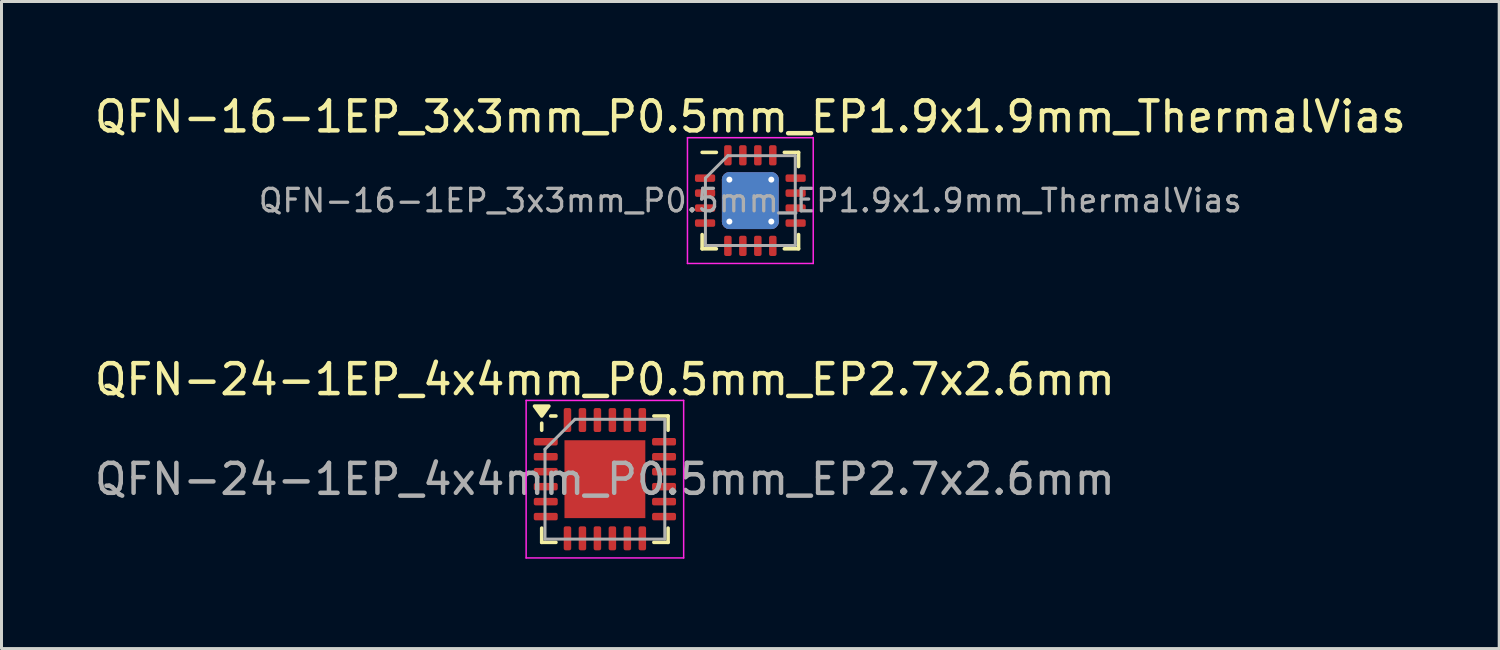
<source format=kicad_pcb>
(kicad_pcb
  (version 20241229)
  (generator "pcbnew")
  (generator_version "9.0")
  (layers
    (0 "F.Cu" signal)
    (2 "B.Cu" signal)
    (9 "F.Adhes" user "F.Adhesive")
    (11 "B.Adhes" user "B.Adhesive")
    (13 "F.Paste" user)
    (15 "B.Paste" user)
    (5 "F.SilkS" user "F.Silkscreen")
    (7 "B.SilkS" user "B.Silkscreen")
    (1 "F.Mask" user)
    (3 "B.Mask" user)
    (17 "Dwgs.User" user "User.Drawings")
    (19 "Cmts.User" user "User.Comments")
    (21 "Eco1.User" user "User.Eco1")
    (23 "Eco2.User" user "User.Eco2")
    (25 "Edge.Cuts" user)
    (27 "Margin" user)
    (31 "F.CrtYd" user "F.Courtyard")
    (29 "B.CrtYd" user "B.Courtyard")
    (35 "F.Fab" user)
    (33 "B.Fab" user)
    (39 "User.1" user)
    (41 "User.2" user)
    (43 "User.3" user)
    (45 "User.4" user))
  (footprint "QFN-24-1EP_4x4mm_P0.5mm_EP2.7x2.6mm"
    (layer "F.Cu")
    (at 17.149 12.951)
    (property "Reference" "QFN-24-1EP_4x4mm_P0.5mm_EP2.7x2.6mm" (at 0 -3.33 0) (layer "F.SilkS") (effects (font (size 1 1) (thickness 0.15))))
    (attr smd)
    (fp_line (start -2.11 -1.635) (end -2.11 -1.87) (stroke (width 0.12) (type solid)) (layer "F.SilkS"))
    (fp_line (start -2.11 2.11) (end -2.11 1.635) (stroke (width 0.12) (type solid)) (layer "F.SilkS"))
    (fp_line (start -1.635 -2.11) (end -1.81 -2.11) (stroke (width 0.12) (type solid)) (layer "F.SilkS"))
    (fp_line (start -1.635 2.11) (end -2.11 2.11) (stroke (width 0.12) (type solid)) (layer "F.SilkS"))
    (fp_line (start 1.635 -2.11) (end 2.11 -2.11) (stroke (width 0.12) (type solid)) (layer "F.SilkS"))
    (fp_line (start 1.635 2.11) (end 2.11 2.11) (stroke (width 0.12) (type solid)) (layer "F.SilkS"))
    (fp_line (start 2.11 -2.11) (end 2.11 -1.635) (stroke (width 0.12) (type solid)) (layer "F.SilkS"))
    (fp_line (start 2.11 2.11) (end 2.11 1.635) (stroke (width 0.12) (type solid)) (layer "F.SilkS"))
    (fp_poly (pts (xy -2.11 -2.11) (xy -2.35 -2.44) (xy -1.87 -2.44) (xy -2.11 -2.11)) (stroke (width 0.12) (type solid)) (fill yes) (layer "F.SilkS"))
    (fp_line (start -2.63 -2.63) (end -2.63 2.63) (stroke (width 0.05) (type solid)) (layer "F.CrtYd"))
    (fp_line (start -2.63 2.63) (end 2.63 2.63) (stroke (width 0.05) (type solid)) (layer "F.CrtYd"))
    (fp_line (start 2.63 -2.63) (end -2.63 -2.63) (stroke (width 0.05) (type solid)) (layer "F.CrtYd"))
    (fp_line (start 2.63 2.63) (end 2.63 -2.63) (stroke (width 0.05) (type solid)) (layer "F.CrtYd"))
    (fp_line (start -2 -1) (end -1 -2) (stroke (width 0.1) (type solid)) (layer "F.Fab"))
    (fp_line (start -2 2) (end -2 -1) (stroke (width 0.1) (type solid)) (layer "F.Fab"))
    (fp_line (start -1 -2) (end 2 -2) (stroke (width 0.1) (type solid)) (layer "F.Fab"))
    (fp_line (start 2 -2) (end 2 2) (stroke (width 0.1) (type solid)) (layer "F.Fab"))
    (fp_line (start 2 2) (end -2 2) (stroke (width 0.1) (type solid)) (layer "F.Fab"))
    (fp_text user "${REFERENCE}" (at 0 0 0) (layer "F.Fab") (effects (font (size 1 1) (thickness 0.15))))
    (pad "" smd roundrect (at -0.675 -0.65) (size 1.09 1.05) (layers "F.Paste") (roundrect_rratio 0.238))
    (pad "" smd roundrect (at -0.675 0.65) (size 1.09 1.05) (layers "F.Paste") (roundrect_rratio 0.238))
    (pad "" smd roundrect (at 0.675 -0.65) (size 1.09 1.05) (layers "F.Paste") (roundrect_rratio 0.238))
    (pad "" smd roundrect (at 0.675 0.65) (size 1.09 1.05) (layers "F.Paste") (roundrect_rratio 0.238))
    (pad "1" smd roundrect (at -1.975 -1.25) (size 0.8 0.25) (layers "F.Cu" "F.Mask" "F.Paste") (roundrect_rratio 0.25))
    (pad "2" smd roundrect (at -1.975 -0.75) (size 0.8 0.25) (layers "F.Cu" "F.Mask" "F.Paste") (roundrect_rratio 0.25))
    (pad "3" smd roundrect (at -1.975 -0.25) (size 0.8 0.25) (layers "F.Cu" "F.Mask" "F.Paste") (roundrect_rratio 0.25))
    (pad "4" smd roundrect (at -1.975 0.25) (size 0.8 0.25) (layers "F.Cu" "F.Mask" "F.Paste") (roundrect_rratio 0.25))
    (pad "5" smd roundrect (at -1.975 0.75) (size 0.8 0.25) (layers "F.Cu" "F.Mask" "F.Paste") (roundrect_rratio 0.25))
    (pad "6" smd roundrect (at -1.975 1.25) (size 0.8 0.25) (layers "F.Cu" "F.Mask" "F.Paste") (roundrect_rratio 0.25))
    (pad "7" smd roundrect (at -1.25 1.975) (size 0.25 0.8) (layers "F.Cu" "F.Mask" "F.Paste") (roundrect_rratio 0.25))
    (pad "8" smd roundrect (at -0.75 1.975) (size 0.25 0.8) (layers "F.Cu" "F.Mask" "F.Paste") (roundrect_rratio 0.25))
    (pad "9" smd roundrect (at -0.25 1.975) (size 0.25 0.8) (layers "F.Cu" "F.Mask" "F.Paste") (roundrect_rratio 0.25))
    (pad "10" smd roundrect (at 0.25 1.975) (size 0.25 0.8) (layers "F.Cu" "F.Mask" "F.Paste") (roundrect_rratio 0.25))
    (pad "11" smd roundrect (at 0.75 1.975) (size 0.25 0.8) (layers "F.Cu" "F.Mask" "F.Paste") (roundrect_rratio 0.25))
    (pad "12" smd roundrect (at 1.25 1.975) (size 0.25 0.8) (layers "F.Cu" "F.Mask" "F.Paste") (roundrect_rratio 0.25))
    (pad "13" smd roundrect (at 1.975 1.25) (size 0.8 0.25) (layers "F.Cu" "F.Mask" "F.Paste") (roundrect_rratio 0.25))
    (pad "14" smd roundrect (at 1.975 0.75) (size 0.8 0.25) (layers "F.Cu" "F.Mask" "F.Paste") (roundrect_rratio 0.25))
    (pad "15" smd roundrect (at 1.975 0.25) (size 0.8 0.25) (layers "F.Cu" "F.Mask" "F.Paste") (roundrect_rratio 0.25))
    (pad "16" smd roundrect (at 1.975 -0.25) (size 0.8 0.25) (layers "F.Cu" "F.Mask" "F.Paste") (roundrect_rratio 0.25))
    (pad "17" smd roundrect (at 1.975 -0.75) (size 0.8 0.25) (layers "F.Cu" "F.Mask" "F.Paste") (roundrect_rratio 0.25))
    (pad "18" smd roundrect (at 1.975 -1.25) (size 0.8 0.25) (layers "F.Cu" "F.Mask" "F.Paste") (roundrect_rratio 0.25))
    (pad "19" smd roundrect (at 1.25 -1.975) (size 0.25 0.8) (layers "F.Cu" "F.Mask" "F.Paste") (roundrect_rratio 0.25))
    (pad "20" smd roundrect (at 0.75 -1.975) (size 0.25 0.8) (layers "F.Cu" "F.Mask" "F.Paste") (roundrect_rratio 0.25))
    (pad "21" smd roundrect (at 0.25 -1.975) (size 0.25 0.8) (layers "F.Cu" "F.Mask" "F.Paste") (roundrect_rratio 0.25))
    (pad "22" smd roundrect (at -0.25 -1.975) (size 0.25 0.8) (layers "F.Cu" "F.Mask" "F.Paste") (roundrect_rratio 0.25))
    (pad "23" smd roundrect (at -0.75 -1.975) (size 0.25 0.8) (layers "F.Cu" "F.Mask" "F.Paste") (roundrect_rratio 0.25))
    (pad "24" smd roundrect (at -1.25 -1.975) (size 0.25 0.8) (layers "F.Cu" "F.Mask" "F.Paste") (roundrect_rratio 0.25))
    (pad "25" smd rect (at 0 0) (size 2.7 2.6) (property pad_prop_heatsink) (layers "F.Cu" "F.Mask")))
  (footprint "QFN-16-1EP_3x3mm_P0.5mm_EP1.9x1.9mm_ThermalVias"
    (layer "F.Cu")
    (at 22.006 3.648)
    (property "Reference" "QFN-16-1EP_3x3mm_P0.5mm_EP1.9x1.9mm_ThermalVias" (at 0 -2.8 0) (layer "F.SilkS") (effects (font (size 1 1) (thickness 0.15))))
    (attr smd)
    (fp_line (start -1.61 1.61) (end -1.61 1.135) (stroke (width 0.12) (type solid)) (layer "F.SilkS"))
    (fp_line (start -1.135 -1.61) (end -1.61 -1.61) (stroke (width 0.12) (type solid)) (layer "F.SilkS"))
    (fp_line (start -1.135 1.61) (end -1.61 1.61) (stroke (width 0.12) (type solid)) (layer "F.SilkS"))
    (fp_line (start 1.135 -1.61) (end 1.61 -1.61) (stroke (width 0.12) (type solid)) (layer "F.SilkS"))
    (fp_line (start 1.135 1.61) (end 1.61 1.61) (stroke (width 0.12) (type solid)) (layer "F.SilkS"))
    (fp_line (start 1.61 -1.61) (end 1.61 -1.135) (stroke (width 0.12) (type solid)) (layer "F.SilkS"))
    (fp_line (start 1.61 1.61) (end 1.61 1.135) (stroke (width 0.12) (type solid)) (layer "F.SilkS"))
    (fp_line (start -2.1 -2.1) (end -2.1 2.1) (stroke (width 0.05) (type solid)) (layer "F.CrtYd"))
    (fp_line (start -2.1 2.1) (end 2.1 2.1) (stroke (width 0.05) (type solid)) (layer "F.CrtYd"))
    (fp_line (start 2.1 -2.1) (end -2.1 -2.1) (stroke (width 0.05) (type solid)) (layer "F.CrtYd"))
    (fp_line (start 2.1 2.1) (end 2.1 -2.1) (stroke (width 0.05) (type solid)) (layer "F.CrtYd"))
    (fp_line (start -1.5 -0.75) (end -0.75 -1.5) (stroke (width 0.1) (type solid)) (layer "F.Fab"))
    (fp_line (start -1.5 1.5) (end -1.5 -0.75) (stroke (width 0.1) (type solid)) (layer "F.Fab"))
    (fp_line (start -0.75 -1.5) (end 1.5 -1.5) (stroke (width 0.1) (type solid)) (layer "F.Fab"))
    (fp_line (start 1.5 -1.5) (end 1.5 1.5) (stroke (width 0.1) (type solid)) (layer "F.Fab"))
    (fp_line (start 1.5 1.5) (end -1.5 1.5) (stroke (width 0.1) (type solid)) (layer "F.Fab"))
    (fp_text user "${REFERENCE}" (at 0 0 0) (layer "F.Fab") (effects (font (size 0.75 0.75) (thickness 0.11))))
    (pad "" smd roundrect (at -0.475 -0.475) (size 0.82 0.82) (layers "F.Paste") (roundrect_rratio 0.25))
    (pad "" smd roundrect (at -0.475 0.475) (size 0.82 0.82) (layers "F.Paste") (roundrect_rratio 0.25))
    (pad "" smd roundrect (at 0.475 -0.475) (size 0.82 0.82) (layers "F.Paste") (roundrect_rratio 0.25))
    (pad "" smd roundrect (at 0.475 0.475) (size 0.82 0.82) (layers "F.Paste") (roundrect_rratio 0.25))
    (pad "1" smd roundrect (at -1.512 -0.75) (size 0.675 0.25) (layers "F.Cu" "F.Mask" "F.Paste") (roundrect_rratio 0.25))
    (pad "2" smd roundrect (at -1.512 -0.25) (size 0.675 0.25) (layers "F.Cu" "F.Mask" "F.Paste") (roundrect_rratio 0.25))
    (pad "3" smd roundrect (at -1.512 0.25) (size 0.675 0.25) (layers "F.Cu" "F.Mask" "F.Paste") (roundrect_rratio 0.25))
    (pad "4" smd roundrect (at -1.512 0.75) (size 0.675 0.25) (layers "F.Cu" "F.Mask" "F.Paste") (roundrect_rratio 0.25))
    (pad "5" smd roundrect (at -0.75 1.512) (size 0.25 0.675) (layers "F.Cu" "F.Mask" "F.Paste") (roundrect_rratio 0.25))
    (pad "6" smd roundrect (at -0.25 1.512) (size 0.25 0.675) (layers "F.Cu" "F.Mask" "F.Paste") (roundrect_rratio 0.25))
    (pad "7" smd roundrect (at 0.25 1.512) (size 0.25 0.675) (layers "F.Cu" "F.Mask" "F.Paste") (roundrect_rratio 0.25))
    (pad "8" smd roundrect (at 0.75 1.512) (size 0.25 0.675) (layers "F.Cu" "F.Mask" "F.Paste") (roundrect_rratio 0.25))
    (pad "9" smd roundrect (at 1.512 0.75) (size 0.675 0.25) (layers "F.Cu" "F.Mask" "F.Paste") (roundrect_rratio 0.25))
    (pad "10" smd roundrect (at 1.512 0.25) (size 0.675 0.25) (layers "F.Cu" "F.Mask" "F.Paste") (roundrect_rratio 0.25))
    (pad "11" smd roundrect (at 1.512 -0.25) (size 0.675 0.25) (layers "F.Cu" "F.Mask" "F.Paste") (roundrect_rratio 0.25))
    (pad "12" smd roundrect (at 1.512 -0.75) (size 0.675 0.25) (layers "F.Cu" "F.Mask" "F.Paste") (roundrect_rratio 0.25))
    (pad "13" smd roundrect (at 0.75 -1.512) (size 0.25 0.675) (layers "F.Cu" "F.Mask" "F.Paste") (roundrect_rratio 0.25))
    (pad "14" smd roundrect (at 0.25 -1.512) (size 0.25 0.675) (layers "F.Cu" "F.Mask" "F.Paste") (roundrect_rratio 0.25))
    (pad "15" smd roundrect (at -0.25 -1.512) (size 0.25 0.675) (layers "F.Cu" "F.Mask" "F.Paste") (roundrect_rratio 0.25))
    (pad "16" smd roundrect (at -0.75 -1.512) (size 0.25 0.675) (layers "F.Cu" "F.Mask" "F.Paste") (roundrect_rratio 0.25))
    (pad "17" thru_hole circle (at -0.7 -0.7) (size 0.5 0.5) (drill 0.2) (layers "*.Cu"))
    (pad "17" thru_hole circle (at -0.7 0.7) (size 0.5 0.5) (drill 0.2) (layers "*.Cu"))
    (pad "17" smd roundrect (at 0 0) (size 1.9 1.9) (layers "F.Cu" "F.Mask") (roundrect_rratio 0.132))
    (pad "17" smd roundrect (at 0 0) (size 1.9 1.9) (layers "B.Cu") (roundrect_rratio 0.132))
    (pad "17" thru_hole circle (at 0.7 -0.7) (size 0.5 0.5) (drill 0.2) (layers "*.Cu"))
    (pad "17" thru_hole circle (at 0.7 0.7) (size 0.5 0.5) (drill 0.2) (layers "*.Cu")))
  (gr_rect
    (start -3 -3)
    (end 47.012 18.607)
    (stroke (width 0.1) (type default))
    (fill no)
    (layer "Edge.Cuts")))
</source>
